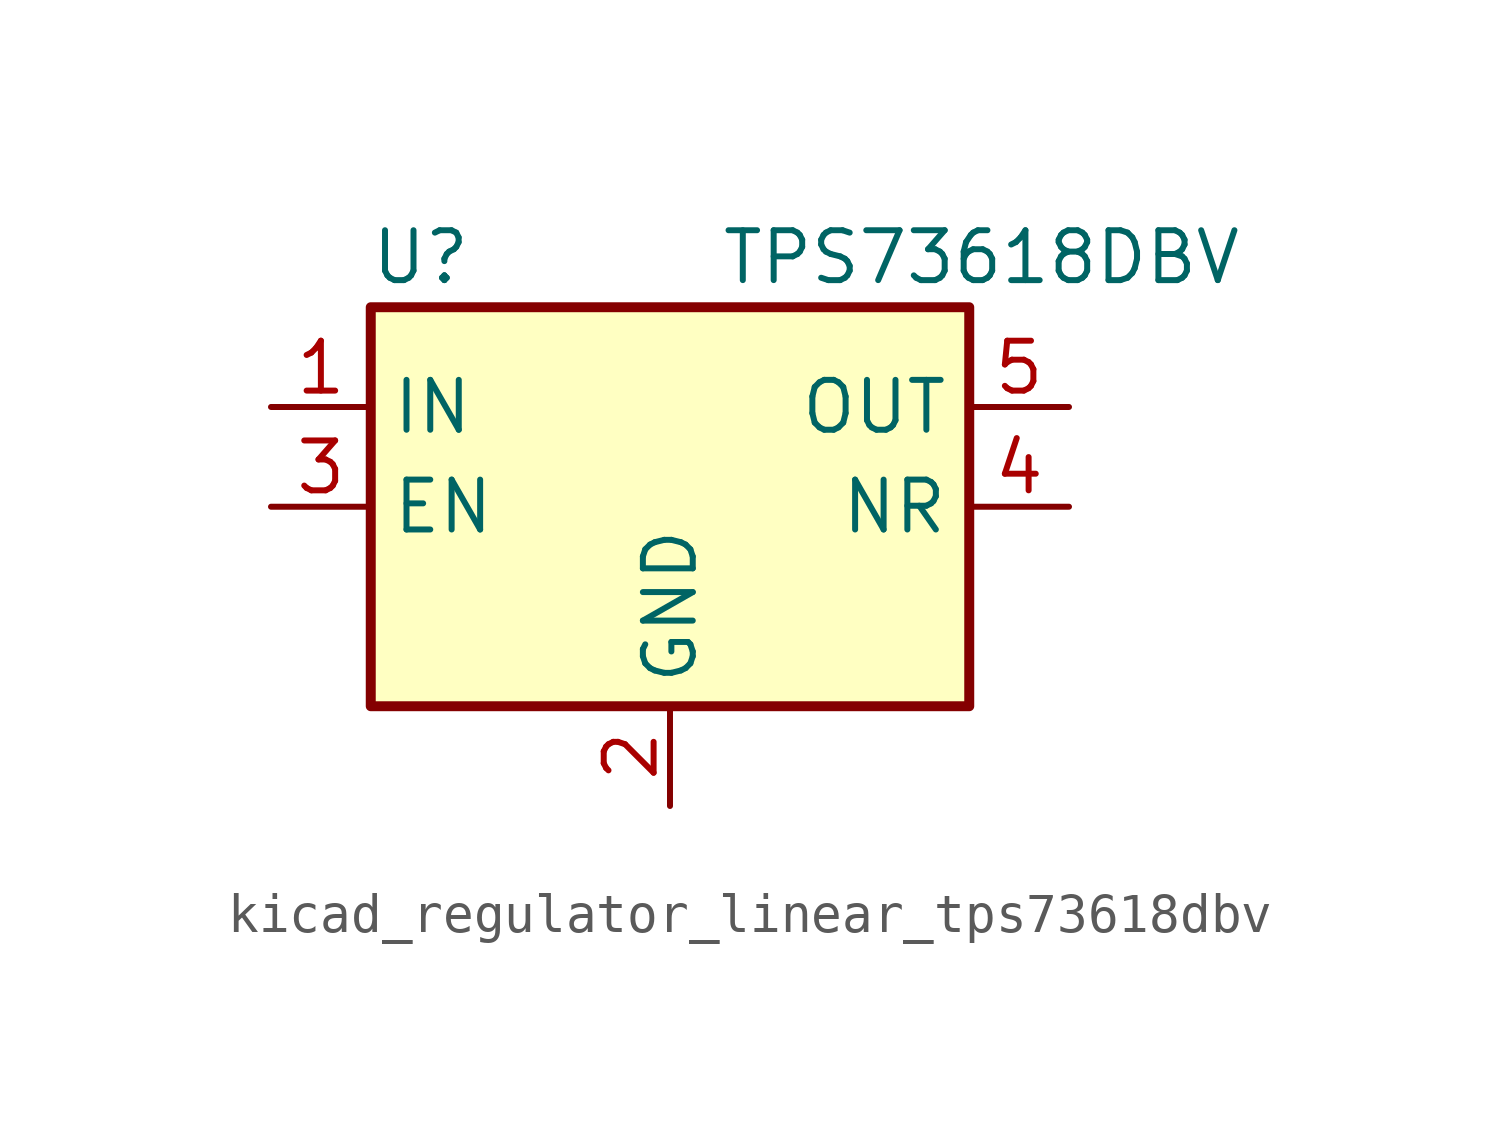
<source format=kicad_sym>
(kicad_symbol_lib
  (version 20220914)
  (generator kicad_symbol_editor)
  (symbol "kicad_regulator_linear_tps73618dbv"
    (property "Reference" "U"
      (at -6.35 6.35 0)
      (effects (font (size 1.27 1.27))))
    (property "Value" "TPS73618DBV"
      (at 1.27 6.35 0)
      (effects (font (size 1.27 1.27)) (justify left)))
    (symbol "kicad_regulator_linear_tps73618dbv_0_1"
      (rectangle (start -7.62 -5.08) (end 7.62 5.08) (stroke (width 0.254) (type default)) (fill (type background))))
    (symbol "kicad_regulator_linear_tps73618dbv_1_1"
      (pin power_in line (at -10.16 2.54 0) (length 2.54) (name "IN" (effects (font (size 1.27 1.27)))) (number "1" (effects (font (size 1.27 1.27)))))
      (pin power_in line (at 0 -7.62 90) (length 2.54) (name "GND" (effects (font (size 1.27 1.27)))) (number "2" (effects (font (size 1.27 1.27)))))
      (pin input line (at -10.16 0 0) (length 2.54) (name "EN" (effects (font (size 1.27 1.27)))) (number "3" (effects (font (size 1.27 1.27)))))
      (pin passive line (at 10.16 0 180) (length 2.54) (name "NR" (effects (font (size 1.27 1.27)))) (number "4" (effects (font (size 1.27 1.27)))))
      (pin power_out line (at 10.16 2.54 180) (length 2.54) (name "OUT" (effects (font (size 1.27 1.27)))) (number "5" (effects (font (size 1.27 1.27))))))))
</source>
